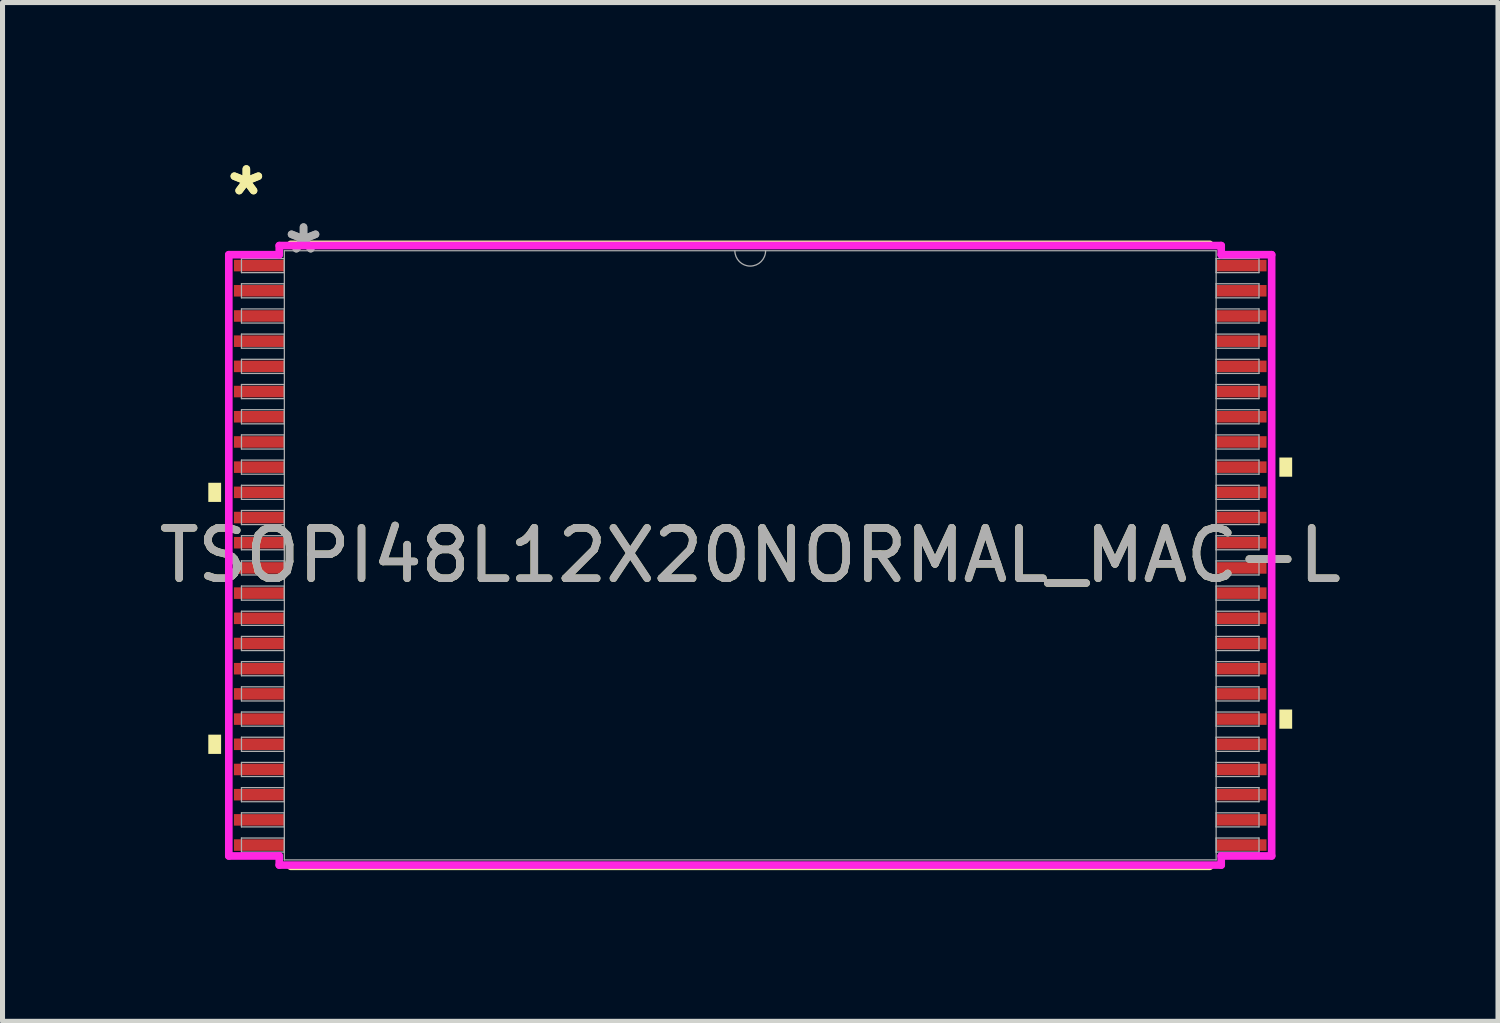
<source format=kicad_pcb>
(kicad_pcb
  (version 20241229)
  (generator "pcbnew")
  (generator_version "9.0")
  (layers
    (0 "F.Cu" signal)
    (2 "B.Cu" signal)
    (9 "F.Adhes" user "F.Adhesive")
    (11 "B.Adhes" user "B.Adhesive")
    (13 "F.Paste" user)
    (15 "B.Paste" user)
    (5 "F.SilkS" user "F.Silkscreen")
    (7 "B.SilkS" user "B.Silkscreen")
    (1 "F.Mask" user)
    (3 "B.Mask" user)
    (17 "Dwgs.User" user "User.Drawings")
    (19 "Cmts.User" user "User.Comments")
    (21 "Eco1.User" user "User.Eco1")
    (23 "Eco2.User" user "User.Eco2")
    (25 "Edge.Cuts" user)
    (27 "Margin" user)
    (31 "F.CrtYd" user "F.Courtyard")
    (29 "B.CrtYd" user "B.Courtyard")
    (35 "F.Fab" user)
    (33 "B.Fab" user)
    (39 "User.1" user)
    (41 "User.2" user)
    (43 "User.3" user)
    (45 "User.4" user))
  (footprint "TSOPI48L12X20NORMAL_MAC-L"
    (layer "F.Cu")
    (at 11.839 7.971)
    (property "Reference" "TSOPI48L12X20NORMAL_MAC-L" (at 0 0 0) (unlocked yes) (layer "F.SilkS") (effects (font (size 1 1) (thickness 0.15))))
    (attr smd)
    (fp_line (start -9.118 6.172) (end 9.118 6.172) (stroke (width 0.152) (type solid)) (layer "F.SilkS"))
    (fp_line (start 9.118 -6.172) (end -9.118 -6.172) (stroke (width 0.152) (type solid)) (layer "F.SilkS"))
    (fp_poly (pts (xy -10.755 -1.44) (xy -10.755 -1.06) (xy -10.501 -1.06) (xy -10.501 -1.44)) (stroke (width 0) (type solid)) (fill yes) (layer "F.SilkS"))
    (fp_poly (pts (xy -10.755 3.559) (xy -10.755 3.941) (xy -10.501 3.941) (xy -10.501 3.559)) (stroke (width 0) (type solid)) (fill yes) (layer "F.SilkS"))
    (fp_poly (pts (xy 10.755 -1.941) (xy 10.755 -1.56) (xy 10.501 -1.56) (xy 10.501 -1.941)) (stroke (width 0) (type solid)) (fill yes) (layer "F.SilkS"))
    (fp_poly (pts (xy 10.755 3.06) (xy 10.755 3.441) (xy 10.501 3.441) (xy 10.501 3.06)) (stroke (width 0) (type solid)) (fill yes) (layer "F.SilkS"))
    (fp_line (start -10.348 -5.966) (end -9.347 -5.966) (stroke (width 0.152) (type solid)) (layer "F.CrtYd"))
    (fp_line (start -10.348 5.966) (end -10.348 -5.966) (stroke (width 0.152) (type solid)) (layer "F.CrtYd"))
    (fp_line (start -10.348 5.966) (end -9.347 5.966) (stroke (width 0.152) (type solid)) (layer "F.CrtYd"))
    (fp_line (start -9.347 -6.147) (end 9.347 -6.147) (stroke (width 0.152) (type solid)) (layer "F.CrtYd"))
    (fp_line (start -9.347 -5.966) (end -9.347 -6.147) (stroke (width 0.152) (type solid)) (layer "F.CrtYd"))
    (fp_line (start -9.347 6.147) (end -9.347 5.966) (stroke (width 0.152) (type solid)) (layer "F.CrtYd"))
    (fp_line (start 9.347 -6.147) (end 9.347 -5.966) (stroke (width 0.152) (type solid)) (layer "F.CrtYd"))
    (fp_line (start 9.347 5.966) (end 9.347 6.147) (stroke (width 0.152) (type solid)) (layer "F.CrtYd"))
    (fp_line (start 9.347 6.147) (end -9.347 6.147) (stroke (width 0.152) (type solid)) (layer "F.CrtYd"))
    (fp_line (start 10.348 -5.966) (end 9.347 -5.966) (stroke (width 0.152) (type solid)) (layer "F.CrtYd"))
    (fp_line (start 10.348 -5.966) (end 10.348 5.966) (stroke (width 0.152) (type solid)) (layer "F.CrtYd"))
    (fp_line (start 10.348 5.966) (end 9.347 5.966) (stroke (width 0.152) (type solid)) (layer "F.CrtYd"))
    (fp_line (start -10.097 -5.89) (end -10.097 -5.61) (stroke (width 0.025) (type solid)) (layer "F.Fab"))
    (fp_line (start -10.097 -5.61) (end -9.246 -5.61) (stroke (width 0.025) (type solid)) (layer "F.Fab"))
    (fp_line (start -10.097 -5.39) (end -10.097 -5.11) (stroke (width 0.025) (type solid)) (layer "F.Fab"))
    (fp_line (start -10.097 -5.11) (end -9.246 -5.11) (stroke (width 0.025) (type solid)) (layer "F.Fab"))
    (fp_line (start -10.097 -4.89) (end -10.097 -4.61) (stroke (width 0.025) (type solid)) (layer "F.Fab"))
    (fp_line (start -10.097 -4.61) (end -9.246 -4.61) (stroke (width 0.025) (type solid)) (layer "F.Fab"))
    (fp_line (start -10.097 -4.39) (end -10.097 -4.11) (stroke (width 0.025) (type solid)) (layer "F.Fab"))
    (fp_line (start -10.097 -4.11) (end -9.246 -4.11) (stroke (width 0.025) (type solid)) (layer "F.Fab"))
    (fp_line (start -10.097 -3.89) (end -10.097 -3.61) (stroke (width 0.025) (type solid)) (layer "F.Fab"))
    (fp_line (start -10.097 -3.61) (end -9.246 -3.61) (stroke (width 0.025) (type solid)) (layer "F.Fab"))
    (fp_line (start -10.097 -3.39) (end -10.097 -3.11) (stroke (width 0.025) (type solid)) (layer "F.Fab"))
    (fp_line (start -10.097 -3.11) (end -9.246 -3.11) (stroke (width 0.025) (type solid)) (layer "F.Fab"))
    (fp_line (start -10.097 -2.89) (end -10.097 -2.61) (stroke (width 0.025) (type solid)) (layer "F.Fab"))
    (fp_line (start -10.097 -2.61) (end -9.246 -2.61) (stroke (width 0.025) (type solid)) (layer "F.Fab"))
    (fp_line (start -10.097 -2.39) (end -10.097 -2.11) (stroke (width 0.025) (type solid)) (layer "F.Fab"))
    (fp_line (start -10.097 -2.11) (end -9.246 -2.11) (stroke (width 0.025) (type solid)) (layer "F.Fab"))
    (fp_line (start -10.097 -1.89) (end -10.097 -1.61) (stroke (width 0.025) (type solid)) (layer "F.Fab"))
    (fp_line (start -10.097 -1.61) (end -9.246 -1.61) (stroke (width 0.025) (type solid)) (layer "F.Fab"))
    (fp_line (start -10.097 -1.39) (end -10.097 -1.11) (stroke (width 0.025) (type solid)) (layer "F.Fab"))
    (fp_line (start -10.097 -1.11) (end -9.246 -1.11) (stroke (width 0.025) (type solid)) (layer "F.Fab"))
    (fp_line (start -10.097 -0.89) (end -10.097 -0.61) (stroke (width 0.025) (type solid)) (layer "F.Fab"))
    (fp_line (start -10.097 -0.61) (end -9.246 -0.61) (stroke (width 0.025) (type solid)) (layer "F.Fab"))
    (fp_line (start -10.097 -0.39) (end -10.097 -0.11) (stroke (width 0.025) (type solid)) (layer "F.Fab"))
    (fp_line (start -10.097 -0.11) (end -9.246 -0.11) (stroke (width 0.025) (type solid)) (layer "F.Fab"))
    (fp_line (start -10.097 0.11) (end -10.097 0.39) (stroke (width 0.025) (type solid)) (layer "F.Fab"))
    (fp_line (start -10.097 0.39) (end -9.246 0.39) (stroke (width 0.025) (type solid)) (layer "F.Fab"))
    (fp_line (start -10.097 0.61) (end -10.097 0.89) (stroke (width 0.025) (type solid)) (layer "F.Fab"))
    (fp_line (start -10.097 0.89) (end -9.246 0.89) (stroke (width 0.025) (type solid)) (layer "F.Fab"))
    (fp_line (start -10.097 1.11) (end -10.097 1.39) (stroke (width 0.025) (type solid)) (layer "F.Fab"))
    (fp_line (start -10.097 1.39) (end -9.246 1.39) (stroke (width 0.025) (type solid)) (layer "F.Fab"))
    (fp_line (start -10.097 1.61) (end -10.097 1.89) (stroke (width 0.025) (type solid)) (layer "F.Fab"))
    (fp_line (start -10.097 1.89) (end -9.246 1.89) (stroke (width 0.025) (type solid)) (layer "F.Fab"))
    (fp_line (start -10.097 2.11) (end -10.097 2.39) (stroke (width 0.025) (type solid)) (layer "F.Fab"))
    (fp_line (start -10.097 2.39) (end -9.246 2.39) (stroke (width 0.025) (type solid)) (layer "F.Fab"))
    (fp_line (start -10.097 2.61) (end -10.097 2.89) (stroke (width 0.025) (type solid)) (layer "F.Fab"))
    (fp_line (start -10.097 2.89) (end -9.246 2.89) (stroke (width 0.025) (type solid)) (layer "F.Fab"))
    (fp_line (start -10.097 3.11) (end -10.097 3.39) (stroke (width 0.025) (type solid)) (layer "F.Fab"))
    (fp_line (start -10.097 3.39) (end -9.246 3.39) (stroke (width 0.025) (type solid)) (layer "F.Fab"))
    (fp_line (start -10.097 3.61) (end -10.097 3.89) (stroke (width 0.025) (type solid)) (layer "F.Fab"))
    (fp_line (start -10.097 3.89) (end -9.246 3.89) (stroke (width 0.025) (type solid)) (layer "F.Fab"))
    (fp_line (start -10.097 4.11) (end -10.097 4.39) (stroke (width 0.025) (type solid)) (layer "F.Fab"))
    (fp_line (start -10.097 4.39) (end -9.246 4.39) (stroke (width 0.025) (type solid)) (layer "F.Fab"))
    (fp_line (start -10.097 4.61) (end -10.097 4.89) (stroke (width 0.025) (type solid)) (layer "F.Fab"))
    (fp_line (start -10.097 4.89) (end -9.246 4.89) (stroke (width 0.025) (type solid)) (layer "F.Fab"))
    (fp_line (start -10.097 5.11) (end -10.097 5.39) (stroke (width 0.025) (type solid)) (layer "F.Fab"))
    (fp_line (start -10.097 5.39) (end -9.246 5.39) (stroke (width 0.025) (type solid)) (layer "F.Fab"))
    (fp_line (start -10.097 5.61) (end -10.097 5.89) (stroke (width 0.025) (type solid)) (layer "F.Fab"))
    (fp_line (start -10.097 5.89) (end -9.246 5.89) (stroke (width 0.025) (type solid)) (layer "F.Fab"))
    (fp_line (start -9.246 -6.045) (end -9.246 6.045) (stroke (width 0.025) (type solid)) (layer "F.Fab"))
    (fp_line (start -9.246 -5.89) (end -10.097 -5.89) (stroke (width 0.025) (type solid)) (layer "F.Fab"))
    (fp_line (start -9.246 -5.61) (end -9.246 -5.89) (stroke (width 0.025) (type solid)) (layer "F.Fab"))
    (fp_line (start -9.246 -5.39) (end -10.097 -5.39) (stroke (width 0.025) (type solid)) (layer "F.Fab"))
    (fp_line (start -9.246 -5.11) (end -9.246 -5.39) (stroke (width 0.025) (type solid)) (layer "F.Fab"))
    (fp_line (start -9.246 -4.89) (end -10.097 -4.89) (stroke (width 0.025) (type solid)) (layer "F.Fab"))
    (fp_line (start -9.246 -4.61) (end -9.246 -4.89) (stroke (width 0.025) (type solid)) (layer "F.Fab"))
    (fp_line (start -9.246 -4.39) (end -10.097 -4.39) (stroke (width 0.025) (type solid)) (layer "F.Fab"))
    (fp_line (start -9.246 -4.11) (end -9.246 -4.39) (stroke (width 0.025) (type solid)) (layer "F.Fab"))
    (fp_line (start -9.246 -3.89) (end -10.097 -3.89) (stroke (width 0.025) (type solid)) (layer "F.Fab"))
    (fp_line (start -9.246 -3.61) (end -9.246 -3.89) (stroke (width 0.025) (type solid)) (layer "F.Fab"))
    (fp_line (start -9.246 -3.39) (end -10.097 -3.39) (stroke (width 0.025) (type solid)) (layer "F.Fab"))
    (fp_line (start -9.246 -3.11) (end -9.246 -3.39) (stroke (width 0.025) (type solid)) (layer "F.Fab"))
    (fp_line (start -9.246 -2.89) (end -10.097 -2.89) (stroke (width 0.025) (type solid)) (layer "F.Fab"))
    (fp_line (start -9.246 -2.61) (end -9.246 -2.89) (stroke (width 0.025) (type solid)) (layer "F.Fab"))
    (fp_line (start -9.246 -2.39) (end -10.097 -2.39) (stroke (width 0.025) (type solid)) (layer "F.Fab"))
    (fp_line (start -9.246 -2.11) (end -9.246 -2.39) (stroke (width 0.025) (type solid)) (layer "F.Fab"))
    (fp_line (start -9.246 -1.89) (end -10.097 -1.89) (stroke (width 0.025) (type solid)) (layer "F.Fab"))
    (fp_line (start -9.246 -1.61) (end -9.246 -1.89) (stroke (width 0.025) (type solid)) (layer "F.Fab"))
    (fp_line (start -9.246 -1.39) (end -10.097 -1.39) (stroke (width 0.025) (type solid)) (layer "F.Fab"))
    (fp_line (start -9.246 -1.11) (end -9.246 -1.39) (stroke (width 0.025) (type solid)) (layer "F.Fab"))
    (fp_line (start -9.246 -0.89) (end -10.097 -0.89) (stroke (width 0.025) (type solid)) (layer "F.Fab"))
    (fp_line (start -9.246 -0.61) (end -9.246 -0.89) (stroke (width 0.025) (type solid)) (layer "F.Fab"))
    (fp_line (start -9.246 -0.39) (end -10.097 -0.39) (stroke (width 0.025) (type solid)) (layer "F.Fab"))
    (fp_line (start -9.246 -0.11) (end -9.246 -0.39) (stroke (width 0.025) (type solid)) (layer "F.Fab"))
    (fp_line (start -9.246 0.11) (end -10.097 0.11) (stroke (width 0.025) (type solid)) (layer "F.Fab"))
    (fp_line (start -9.246 0.39) (end -9.246 0.11) (stroke (width 0.025) (type solid)) (layer "F.Fab"))
    (fp_line (start -9.246 0.61) (end -10.097 0.61) (stroke (width 0.025) (type solid)) (layer "F.Fab"))
    (fp_line (start -9.246 0.89) (end -9.246 0.61) (stroke (width 0.025) (type solid)) (layer "F.Fab"))
    (fp_line (start -9.246 1.11) (end -10.097 1.11) (stroke (width 0.025) (type solid)) (layer "F.Fab"))
    (fp_line (start -9.246 1.39) (end -9.246 1.11) (stroke (width 0.025) (type solid)) (layer "F.Fab"))
    (fp_line (start -9.246 1.61) (end -10.097 1.61) (stroke (width 0.025) (type solid)) (layer "F.Fab"))
    (fp_line (start -9.246 1.89) (end -9.246 1.61) (stroke (width 0.025) (type solid)) (layer "F.Fab"))
    (fp_line (start -9.246 2.11) (end -10.097 2.11) (stroke (width 0.025) (type solid)) (layer "F.Fab"))
    (fp_line (start -9.246 2.39) (end -9.246 2.11) (stroke (width 0.025) (type solid)) (layer "F.Fab"))
    (fp_line (start -9.246 2.61) (end -10.097 2.61) (stroke (width 0.025) (type solid)) (layer "F.Fab"))
    (fp_line (start -9.246 2.89) (end -9.246 2.61) (stroke (width 0.025) (type solid)) (layer "F.Fab"))
    (fp_line (start -9.246 3.11) (end -10.097 3.11) (stroke (width 0.025) (type solid)) (layer "F.Fab"))
    (fp_line (start -9.246 3.39) (end -9.246 3.11) (stroke (width 0.025) (type solid)) (layer "F.Fab"))
    (fp_line (start -9.246 3.61) (end -10.097 3.61) (stroke (width 0.025) (type solid)) (layer "F.Fab"))
    (fp_line (start -9.246 3.89) (end -9.246 3.61) (stroke (width 0.025) (type solid)) (layer "F.Fab"))
    (fp_line (start -9.246 4.11) (end -10.097 4.11) (stroke (width 0.025) (type solid)) (layer "F.Fab"))
    (fp_line (start -9.246 4.39) (end -9.246 4.11) (stroke (width 0.025) (type solid)) (layer "F.Fab"))
    (fp_line (start -9.246 4.61) (end -10.097 4.61) (stroke (width 0.025) (type solid)) (layer "F.Fab"))
    (fp_line (start -9.246 4.89) (end -9.246 4.61) (stroke (width 0.025) (type solid)) (layer "F.Fab"))
    (fp_line (start -9.246 5.11) (end -10.097 5.11) (stroke (width 0.025) (type solid)) (layer "F.Fab"))
    (fp_line (start -9.246 5.39) (end -9.246 5.11) (stroke (width 0.025) (type solid)) (layer "F.Fab"))
    (fp_line (start -9.246 5.61) (end -10.097 5.61) (stroke (width 0.025) (type solid)) (layer "F.Fab"))
    (fp_line (start -9.246 5.89) (end -9.246 5.61) (stroke (width 0.025) (type solid)) (layer "F.Fab"))
    (fp_line (start -9.246 6.045) (end 9.246 6.045) (stroke (width 0.025) (type solid)) (layer "F.Fab"))
    (fp_line (start 9.246 -6.045) (end -9.246 -6.045) (stroke (width 0.025) (type solid)) (layer "F.Fab"))
    (fp_line (start 9.246 -5.89) (end 9.246 -5.61) (stroke (width 0.025) (type solid)) (layer "F.Fab"))
    (fp_line (start 9.246 -5.61) (end 10.097 -5.61) (stroke (width 0.025) (type solid)) (layer "F.Fab"))
    (fp_line (start 9.246 -5.39) (end 9.246 -5.11) (stroke (width 0.025) (type solid)) (layer "F.Fab"))
    (fp_line (start 9.246 -5.11) (end 10.097 -5.11) (stroke (width 0.025) (type solid)) (layer "F.Fab"))
    (fp_line (start 9.246 -4.89) (end 9.246 -4.61) (stroke (width 0.025) (type solid)) (layer "F.Fab"))
    (fp_line (start 9.246 -4.61) (end 10.097 -4.61) (stroke (width 0.025) (type solid)) (layer "F.Fab"))
    (fp_line (start 9.246 -4.39) (end 9.246 -4.11) (stroke (width 0.025) (type solid)) (layer "F.Fab"))
    (fp_line (start 9.246 -4.11) (end 10.097 -4.11) (stroke (width 0.025) (type solid)) (layer "F.Fab"))
    (fp_line (start 9.246 -3.89) (end 9.246 -3.61) (stroke (width 0.025) (type solid)) (layer "F.Fab"))
    (fp_line (start 9.246 -3.61) (end 10.097 -3.61) (stroke (width 0.025) (type solid)) (layer "F.Fab"))
    (fp_line (start 9.246 -3.39) (end 9.246 -3.11) (stroke (width 0.025) (type solid)) (layer "F.Fab"))
    (fp_line (start 9.246 -3.11) (end 10.097 -3.11) (stroke (width 0.025) (type solid)) (layer "F.Fab"))
    (fp_line (start 9.246 -2.89) (end 9.246 -2.61) (stroke (width 0.025) (type solid)) (layer "F.Fab"))
    (fp_line (start 9.246 -2.61) (end 10.097 -2.61) (stroke (width 0.025) (type solid)) (layer "F.Fab"))
    (fp_line (start 9.246 -2.39) (end 9.246 -2.11) (stroke (width 0.025) (type solid)) (layer "F.Fab"))
    (fp_line (start 9.246 -2.11) (end 10.097 -2.11) (stroke (width 0.025) (type solid)) (layer "F.Fab"))
    (fp_line (start 9.246 -1.89) (end 9.246 -1.61) (stroke (width 0.025) (type solid)) (layer "F.Fab"))
    (fp_line (start 9.246 -1.61) (end 10.097 -1.61) (stroke (width 0.025) (type solid)) (layer "F.Fab"))
    (fp_line (start 9.246 -1.39) (end 9.246 -1.11) (stroke (width 0.025) (type solid)) (layer "F.Fab"))
    (fp_line (start 9.246 -1.11) (end 10.097 -1.11) (stroke (width 0.025) (type solid)) (layer "F.Fab"))
    (fp_line (start 9.246 -0.89) (end 9.246 -0.61) (stroke (width 0.025) (type solid)) (layer "F.Fab"))
    (fp_line (start 9.246 -0.61) (end 10.097 -0.61) (stroke (width 0.025) (type solid)) (layer "F.Fab"))
    (fp_line (start 9.246 -0.39) (end 9.246 -0.11) (stroke (width 0.025) (type solid)) (layer "F.Fab"))
    (fp_line (start 9.246 -0.11) (end 10.097 -0.11) (stroke (width 0.025) (type solid)) (layer "F.Fab"))
    (fp_line (start 9.246 0.11) (end 9.246 0.39) (stroke (width 0.025) (type solid)) (layer "F.Fab"))
    (fp_line (start 9.246 0.39) (end 10.097 0.39) (stroke (width 0.025) (type solid)) (layer "F.Fab"))
    (fp_line (start 9.246 0.61) (end 9.246 0.89) (stroke (width 0.025) (type solid)) (layer "F.Fab"))
    (fp_line (start 9.246 0.89) (end 10.097 0.89) (stroke (width 0.025) (type solid)) (layer "F.Fab"))
    (fp_line (start 9.246 1.11) (end 9.246 1.39) (stroke (width 0.025) (type solid)) (layer "F.Fab"))
    (fp_line (start 9.246 1.39) (end 10.097 1.39) (stroke (width 0.025) (type solid)) (layer "F.Fab"))
    (fp_line (start 9.246 1.61) (end 9.246 1.89) (stroke (width 0.025) (type solid)) (layer "F.Fab"))
    (fp_line (start 9.246 1.89) (end 10.097 1.89) (stroke (width 0.025) (type solid)) (layer "F.Fab"))
    (fp_line (start 9.246 2.11) (end 9.246 2.39) (stroke (width 0.025) (type solid)) (layer "F.Fab"))
    (fp_line (start 9.246 2.39) (end 10.097 2.39) (stroke (width 0.025) (type solid)) (layer "F.Fab"))
    (fp_line (start 9.246 2.61) (end 9.246 2.89) (stroke (width 0.025) (type solid)) (layer "F.Fab"))
    (fp_line (start 9.246 2.89) (end 10.097 2.89) (stroke (width 0.025) (type solid)) (layer "F.Fab"))
    (fp_line (start 9.246 3.11) (end 9.246 3.39) (stroke (width 0.025) (type solid)) (layer "F.Fab"))
    (fp_line (start 9.246 3.39) (end 10.097 3.39) (stroke (width 0.025) (type solid)) (layer "F.Fab"))
    (fp_line (start 9.246 3.61) (end 9.246 3.89) (stroke (width 0.025) (type solid)) (layer "F.Fab"))
    (fp_line (start 9.246 3.89) (end 10.097 3.89) (stroke (width 0.025) (type solid)) (layer "F.Fab"))
    (fp_line (start 9.246 4.11) (end 9.246 4.39) (stroke (width 0.025) (type solid)) (layer "F.Fab"))
    (fp_line (start 9.246 4.39) (end 10.097 4.39) (stroke (width 0.025) (type solid)) (layer "F.Fab"))
    (fp_line (start 9.246 4.61) (end 9.246 4.89) (stroke (width 0.025) (type solid)) (layer "F.Fab"))
    (fp_line (start 9.246 4.89) (end 10.097 4.89) (stroke (width 0.025) (type solid)) (layer "F.Fab"))
    (fp_line (start 9.246 5.11) (end 9.246 5.39) (stroke (width 0.025) (type solid)) (layer "F.Fab"))
    (fp_line (start 9.246 5.39) (end 10.097 5.39) (stroke (width 0.025) (type solid)) (layer "F.Fab"))
    (fp_line (start 9.246 5.61) (end 9.246 5.89) (stroke (width 0.025) (type solid)) (layer "F.Fab"))
    (fp_line (start 9.246 5.89) (end 10.097 5.89) (stroke (width 0.025) (type solid)) (layer "F.Fab"))
    (fp_line (start 9.246 6.045) (end 9.246 -6.045) (stroke (width 0.025) (type solid)) (layer "F.Fab"))
    (fp_line (start 10.097 -5.89) (end 9.246 -5.89) (stroke (width 0.025) (type solid)) (layer "F.Fab"))
    (fp_line (start 10.097 -5.61) (end 10.097 -5.89) (stroke (width 0.025) (type solid)) (layer "F.Fab"))
    (fp_line (start 10.097 -5.39) (end 9.246 -5.39) (stroke (width 0.025) (type solid)) (layer "F.Fab"))
    (fp_line (start 10.097 -5.11) (end 10.097 -5.39) (stroke (width 0.025) (type solid)) (layer "F.Fab"))
    (fp_line (start 10.097 -4.89) (end 9.246 -4.89) (stroke (width 0.025) (type solid)) (layer "F.Fab"))
    (fp_line (start 10.097 -4.61) (end 10.097 -4.89) (stroke (width 0.025) (type solid)) (layer "F.Fab"))
    (fp_line (start 10.097 -4.39) (end 9.246 -4.39) (stroke (width 0.025) (type solid)) (layer "F.Fab"))
    (fp_line (start 10.097 -4.11) (end 10.097 -4.39) (stroke (width 0.025) (type solid)) (layer "F.Fab"))
    (fp_line (start 10.097 -3.89) (end 9.246 -3.89) (stroke (width 0.025) (type solid)) (layer "F.Fab"))
    (fp_line (start 10.097 -3.61) (end 10.097 -3.89) (stroke (width 0.025) (type solid)) (layer "F.Fab"))
    (fp_line (start 10.097 -3.39) (end 9.246 -3.39) (stroke (width 0.025) (type solid)) (layer "F.Fab"))
    (fp_line (start 10.097 -3.11) (end 10.097 -3.39) (stroke (width 0.025) (type solid)) (layer "F.Fab"))
    (fp_line (start 10.097 -2.89) (end 9.246 -2.89) (stroke (width 0.025) (type solid)) (layer "F.Fab"))
    (fp_line (start 10.097 -2.61) (end 10.097 -2.89) (stroke (width 0.025) (type solid)) (layer "F.Fab"))
    (fp_line (start 10.097 -2.39) (end 9.246 -2.39) (stroke (width 0.025) (type solid)) (layer "F.Fab"))
    (fp_line (start 10.097 -2.11) (end 10.097 -2.39) (stroke (width 0.025) (type solid)) (layer "F.Fab"))
    (fp_line (start 10.097 -1.89) (end 9.246 -1.89) (stroke (width 0.025) (type solid)) (layer "F.Fab"))
    (fp_line (start 10.097 -1.61) (end 10.097 -1.89) (stroke (width 0.025) (type solid)) (layer "F.Fab"))
    (fp_line (start 10.097 -1.39) (end 9.246 -1.39) (stroke (width 0.025) (type solid)) (layer "F.Fab"))
    (fp_line (start 10.097 -1.11) (end 10.097 -1.39) (stroke (width 0.025) (type solid)) (layer "F.Fab"))
    (fp_line (start 10.097 -0.89) (end 9.246 -0.89) (stroke (width 0.025) (type solid)) (layer "F.Fab"))
    (fp_line (start 10.097 -0.61) (end 10.097 -0.89) (stroke (width 0.025) (type solid)) (layer "F.Fab"))
    (fp_line (start 10.097 -0.39) (end 9.246 -0.39) (stroke (width 0.025) (type solid)) (layer "F.Fab"))
    (fp_line (start 10.097 -0.11) (end 10.097 -0.39) (stroke (width 0.025) (type solid)) (layer "F.Fab"))
    (fp_line (start 10.097 0.11) (end 9.246 0.11) (stroke (width 0.025) (type solid)) (layer "F.Fab"))
    (fp_line (start 10.097 0.39) (end 10.097 0.11) (stroke (width 0.025) (type solid)) (layer "F.Fab"))
    (fp_line (start 10.097 0.61) (end 9.246 0.61) (stroke (width 0.025) (type solid)) (layer "F.Fab"))
    (fp_line (start 10.097 0.89) (end 10.097 0.61) (stroke (width 0.025) (type solid)) (layer "F.Fab"))
    (fp_line (start 10.097 1.11) (end 9.246 1.11) (stroke (width 0.025) (type solid)) (layer "F.Fab"))
    (fp_line (start 10.097 1.39) (end 10.097 1.11) (stroke (width 0.025) (type solid)) (layer "F.Fab"))
    (fp_line (start 10.097 1.61) (end 9.246 1.61) (stroke (width 0.025) (type solid)) (layer "F.Fab"))
    (fp_line (start 10.097 1.89) (end 10.097 1.61) (stroke (width 0.025) (type solid)) (layer "F.Fab"))
    (fp_line (start 10.097 2.11) (end 9.246 2.11) (stroke (width 0.025) (type solid)) (layer "F.Fab"))
    (fp_line (start 10.097 2.39) (end 10.097 2.11) (stroke (width 0.025) (type solid)) (layer "F.Fab"))
    (fp_line (start 10.097 2.61) (end 9.246 2.61) (stroke (width 0.025) (type solid)) (layer "F.Fab"))
    (fp_line (start 10.097 2.89) (end 10.097 2.61) (stroke (width 0.025) (type solid)) (layer "F.Fab"))
    (fp_line (start 10.097 3.11) (end 9.246 3.11) (stroke (width 0.025) (type solid)) (layer "F.Fab"))
    (fp_line (start 10.097 3.39) (end 10.097 3.11) (stroke (width 0.025) (type solid)) (layer "F.Fab"))
    (fp_line (start 10.097 3.61) (end 9.246 3.61) (stroke (width 0.025) (type solid)) (layer "F.Fab"))
    (fp_line (start 10.097 3.89) (end 10.097 3.61) (stroke (width 0.025) (type solid)) (layer "F.Fab"))
    (fp_line (start 10.097 4.11) (end 9.246 4.11) (stroke (width 0.025) (type solid)) (layer "F.Fab"))
    (fp_line (start 10.097 4.39) (end 10.097 4.11) (stroke (width 0.025) (type solid)) (layer "F.Fab"))
    (fp_line (start 10.097 4.61) (end 9.246 4.61) (stroke (width 0.025) (type solid)) (layer "F.Fab"))
    (fp_line (start 10.097 4.89) (end 10.097 4.61) (stroke (width 0.025) (type solid)) (layer "F.Fab"))
    (fp_line (start 10.097 5.11) (end 9.246 5.11) (stroke (width 0.025) (type solid)) (layer "F.Fab"))
    (fp_line (start 10.097 5.39) (end 10.097 5.11) (stroke (width 0.025) (type solid)) (layer "F.Fab"))
    (fp_line (start 10.097 5.61) (end 9.246 5.61) (stroke (width 0.025) (type solid)) (layer "F.Fab"))
    (fp_line (start 10.097 5.89) (end 10.097 5.61) (stroke (width 0.025) (type solid)) (layer "F.Fab"))
    (fp_arc (start 0.3048 -6.0452) (mid 0 -5.7404) (end -0.3048 -6.0452) (stroke (width 0.0254) (type solid)) (layer "F.Fab"))
    (fp_text user "*" (at -10 -7.122 0) (layer "F.SilkS") (effects (font (size 1 1) (thickness 0.15))))
    (fp_text user "*" (at -10 -7.122 0) (unlocked yes) (layer "F.SilkS") (effects (font (size 1 1) (thickness 0.15))))
    (fp_text user "${REFERENCE}" (at 0 0 0) (unlocked yes) (layer "F.Fab") (effects (font (size 1 1) (thickness 0.15))))
    (fp_text user "*" (at -8.865 -5.969 0) (layer "F.Fab") (effects (font (size 1 1) (thickness 0.15))))
    (fp_text user "*" (at -8.865 -5.969 0) (unlocked yes) (layer "F.Fab") (effects (font (size 1 1) (thickness 0.15))))
    (pad "1" smd rect (at -9.746 -5.75) (size 1.001 0.229) (layers "F.Cu" "F.Mask" "F.Paste"))
    (pad "2" smd rect (at -9.746 -5.25) (size 1.001 0.229) (layers "F.Cu" "F.Mask" "F.Paste"))
    (pad "3" smd rect (at -9.746 -4.75) (size 1.001 0.229) (layers "F.Cu" "F.Mask" "F.Paste"))
    (pad "4" smd rect (at -9.746 -4.25) (size 1.001 0.229) (layers "F.Cu" "F.Mask" "F.Paste"))
    (pad "5" smd rect (at -9.746 -3.75) (size 1.001 0.229) (layers "F.Cu" "F.Mask" "F.Paste"))
    (pad "6" smd rect (at -9.746 -3.25) (size 1.001 0.229) (layers "F.Cu" "F.Mask" "F.Paste"))
    (pad "7" smd rect (at -9.746 -2.75) (size 1.001 0.229) (layers "F.Cu" "F.Mask" "F.Paste"))
    (pad "8" smd rect (at -9.746 -2.25) (size 1.001 0.229) (layers "F.Cu" "F.Mask" "F.Paste"))
    (pad "9" smd rect (at -9.746 -1.75) (size 1.001 0.229) (layers "F.Cu" "F.Mask" "F.Paste"))
    (pad "10" smd rect (at -9.746 -1.25) (size 1.001 0.229) (layers "F.Cu" "F.Mask" "F.Paste"))
    (pad "11" smd rect (at -9.746 -0.75) (size 1.001 0.229) (layers "F.Cu" "F.Mask" "F.Paste"))
    (pad "12" smd rect (at -9.746 -0.25) (size 1.001 0.229) (layers "F.Cu" "F.Mask" "F.Paste"))
    (pad "13" smd rect (at -9.746 0.25) (size 1.001 0.229) (layers "F.Cu" "F.Mask" "F.Paste"))
    (pad "14" smd rect (at -9.746 0.75) (size 1.001 0.229) (layers "F.Cu" "F.Mask" "F.Paste"))
    (pad "15" smd rect (at -9.746 1.25) (size 1.001 0.229) (layers "F.Cu" "F.Mask" "F.Paste"))
    (pad "16" smd rect (at -9.746 1.75) (size 1.001 0.229) (layers "F.Cu" "F.Mask" "F.Paste"))
    (pad "17" smd rect (at -9.746 2.25) (size 1.001 0.229) (layers "F.Cu" "F.Mask" "F.Paste"))
    (pad "18" smd rect (at -9.746 2.75) (size 1.001 0.229) (layers "F.Cu" "F.Mask" "F.Paste"))
    (pad "19" smd rect (at -9.746 3.25) (size 1.001 0.229) (layers "F.Cu" "F.Mask" "F.Paste"))
    (pad "20" smd rect (at -9.746 3.75) (size 1.001 0.229) (layers "F.Cu" "F.Mask" "F.Paste"))
    (pad "21" smd rect (at -9.746 4.25) (size 1.001 0.229) (layers "F.Cu" "F.Mask" "F.Paste"))
    (pad "22" smd rect (at -9.746 4.75) (size 1.001 0.229) (layers "F.Cu" "F.Mask" "F.Paste"))
    (pad "23" smd rect (at -9.746 5.25) (size 1.001 0.229) (layers "F.Cu" "F.Mask" "F.Paste"))
    (pad "24" smd rect (at -9.746 5.75) (size 1.001 0.229) (layers "F.Cu" "F.Mask" "F.Paste"))
    (pad "25" smd rect (at 9.746 5.75) (size 1.001 0.229) (layers "F.Cu" "F.Mask" "F.Paste"))
    (pad "26" smd rect (at 9.746 5.25) (size 1.001 0.229) (layers "F.Cu" "F.Mask" "F.Paste"))
    (pad "27" smd rect (at 9.746 4.75) (size 1.001 0.229) (layers "F.Cu" "F.Mask" "F.Paste"))
    (pad "28" smd rect (at 9.746 4.25) (size 1.001 0.229) (layers "F.Cu" "F.Mask" "F.Paste"))
    (pad "29" smd rect (at 9.746 3.75) (size 1.001 0.229) (layers "F.Cu" "F.Mask" "F.Paste"))
    (pad "30" smd rect (at 9.746 3.25) (size 1.001 0.229) (layers "F.Cu" "F.Mask" "F.Paste"))
    (pad "31" smd rect (at 9.746 2.75) (size 1.001 0.229) (layers "F.Cu" "F.Mask" "F.Paste"))
    (pad "32" smd rect (at 9.746 2.25) (size 1.001 0.229) (layers "F.Cu" "F.Mask" "F.Paste"))
    (pad "33" smd rect (at 9.746 1.75) (size 1.001 0.229) (layers "F.Cu" "F.Mask" "F.Paste"))
    (pad "34" smd rect (at 9.746 1.25) (size 1.001 0.229) (layers "F.Cu" "F.Mask" "F.Paste"))
    (pad "35" smd rect (at 9.746 0.75) (size 1.001 0.229) (layers "F.Cu" "F.Mask" "F.Paste"))
    (pad "36" smd rect (at 9.746 0.25) (size 1.001 0.229) (layers "F.Cu" "F.Mask" "F.Paste"))
    (pad "37" smd rect (at 9.746 -0.25) (size 1.001 0.229) (layers "F.Cu" "F.Mask" "F.Paste"))
    (pad "38" smd rect (at 9.746 -0.75) (size 1.001 0.229) (layers "F.Cu" "F.Mask" "F.Paste"))
    (pad "39" smd rect (at 9.746 -1.25) (size 1.001 0.229) (layers "F.Cu" "F.Mask" "F.Paste"))
    (pad "40" smd rect (at 9.746 -1.75) (size 1.001 0.229) (layers "F.Cu" "F.Mask" "F.Paste"))
    (pad "41" smd rect (at 9.746 -2.25) (size 1.001 0.229) (layers "F.Cu" "F.Mask" "F.Paste"))
    (pad "42" smd rect (at 9.746 -2.75) (size 1.001 0.229) (layers "F.Cu" "F.Mask" "F.Paste"))
    (pad "43" smd rect (at 9.746 -3.25) (size 1.001 0.229) (layers "F.Cu" "F.Mask" "F.Paste"))
    (pad "44" smd rect (at 9.746 -3.75) (size 1.001 0.229) (layers "F.Cu" "F.Mask" "F.Paste"))
    (pad "45" smd rect (at 9.746 -4.25) (size 1.001 0.229) (layers "F.Cu" "F.Mask" "F.Paste"))
    (pad "46" smd rect (at 9.746 -4.75) (size 1.001 0.229) (layers "F.Cu" "F.Mask" "F.Paste"))
    (pad "47" smd rect (at 9.746 -5.25) (size 1.001 0.229) (layers "F.Cu" "F.Mask" "F.Paste"))
    (pad "48" smd rect (at 9.746 -5.75) (size 1.001 0.229) (layers "F.Cu" "F.Mask" "F.Paste")))
  (gr_rect
    (start -3 -3)
    (end 26.679 17.219)
    (stroke (width 0.1) (type default))
    (fill no)
    (layer "Edge.Cuts")))
</source>
